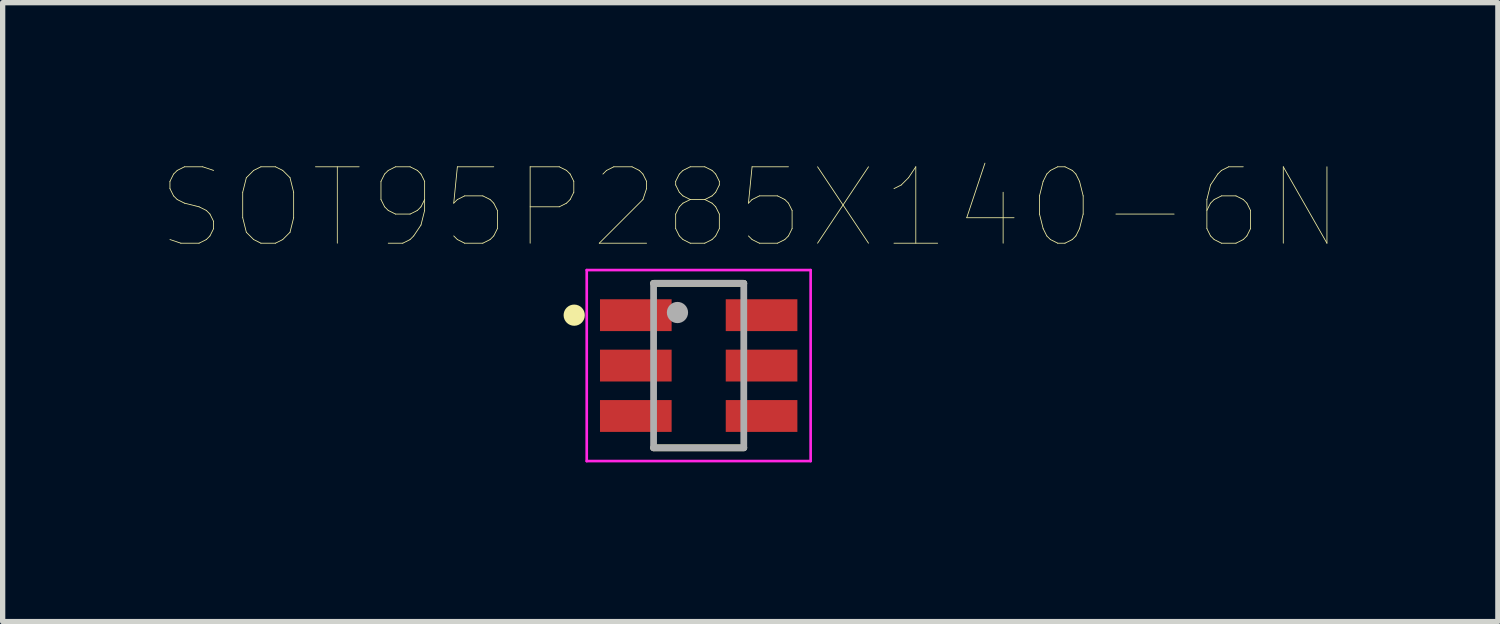
<source format=kicad_pcb>
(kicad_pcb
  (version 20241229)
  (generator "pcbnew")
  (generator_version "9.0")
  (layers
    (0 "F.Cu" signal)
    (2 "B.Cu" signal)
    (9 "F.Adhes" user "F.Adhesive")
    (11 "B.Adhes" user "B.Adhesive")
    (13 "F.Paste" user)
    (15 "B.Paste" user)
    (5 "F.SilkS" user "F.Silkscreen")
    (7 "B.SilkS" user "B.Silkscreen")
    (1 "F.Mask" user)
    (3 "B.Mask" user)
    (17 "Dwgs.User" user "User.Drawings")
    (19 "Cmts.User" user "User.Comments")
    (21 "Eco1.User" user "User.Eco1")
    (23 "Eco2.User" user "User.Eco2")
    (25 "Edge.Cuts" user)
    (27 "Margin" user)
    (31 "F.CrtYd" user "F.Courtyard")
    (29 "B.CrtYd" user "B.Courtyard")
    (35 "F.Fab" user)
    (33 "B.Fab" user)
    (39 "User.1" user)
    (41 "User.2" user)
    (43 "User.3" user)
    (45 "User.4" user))
  (footprint "SOT95P285X140-6N"
    (layer "F.Cu")
    (at 10.118 3.84)
    (property "Reference" "SOT95P285X140-6N" (at 0.972 -2.972 0) (layer "F.SilkS") (effects (font (size 1.44 1.44) (thickness 0.015))))
    (attr through_hole)
    (fp_line (start -0.85 -1.55) (end 0.85 -1.55) (stroke (width 0.127) (type solid)) (layer "F.SilkS"))
    (fp_line (start -0.85 1.55) (end 0.85 1.55) (stroke (width 0.127) (type solid)) (layer "F.SilkS"))
    (fp_circle (center -2.346 -0.95) (end -2.246 -0.95) (stroke (width 0.2) (type solid)) (fill no) (layer "F.SilkS"))
    (fp_line (start -2.11 -1.8) (end 2.11 -1.8) (stroke (width 0.05) (type solid)) (layer "F.CrtYd"))
    (fp_line (start -2.11 1.8) (end -2.11 -1.8) (stroke (width 0.05) (type solid)) (layer "F.CrtYd"))
    (fp_line (start 2.11 -1.8) (end 2.11 1.8) (stroke (width 0.05) (type solid)) (layer "F.CrtYd"))
    (fp_line (start 2.11 1.8) (end -2.11 1.8) (stroke (width 0.05) (type solid)) (layer "F.CrtYd"))
    (fp_line (start -0.85 -1.55) (end 0.85 -1.55) (stroke (width 0.127) (type solid)) (layer "F.Fab"))
    (fp_line (start -0.85 1.55) (end -0.85 -1.55) (stroke (width 0.127) (type solid)) (layer "F.Fab"))
    (fp_line (start 0.85 -1.55) (end 0.85 1.55) (stroke (width 0.127) (type solid)) (layer "F.Fab"))
    (fp_line (start 0.85 1.55) (end -0.85 1.55) (stroke (width 0.127) (type solid)) (layer "F.Fab"))
    (fp_circle (center -0.4 -1) (end -0.3 -1) (stroke (width 0.2) (type solid)) (fill no) (layer "F.Fab"))
    (pad "1" smd rect (at -1.185 -0.95) (size 1.35 0.6) (layers "F.Cu" "F.Mask" "F.Paste"))
    (pad "2" smd rect (at -1.185 0) (size 1.35 0.6) (layers "F.Cu" "F.Mask" "F.Paste"))
    (pad "3" smd rect (at -1.185 0.95) (size 1.35 0.6) (layers "F.Cu" "F.Mask" "F.Paste"))
    (pad "4" smd rect (at 1.185 0.95) (size 1.35 0.6) (layers "F.Cu" "F.Mask" "F.Paste"))
    (pad "5" smd rect (at 1.185 0) (size 1.35 0.6) (layers "F.Cu" "F.Mask" "F.Paste"))
    (pad "6" smd rect (at 1.185 -0.95) (size 1.35 0.6) (layers "F.Cu" "F.Mask" "F.Paste")))
  (gr_rect
    (start -3 -3)
    (end 25.18 8.665)
    (stroke (width 0.1) (type default))
    (fill no)
    (layer "Edge.Cuts")))
</source>
